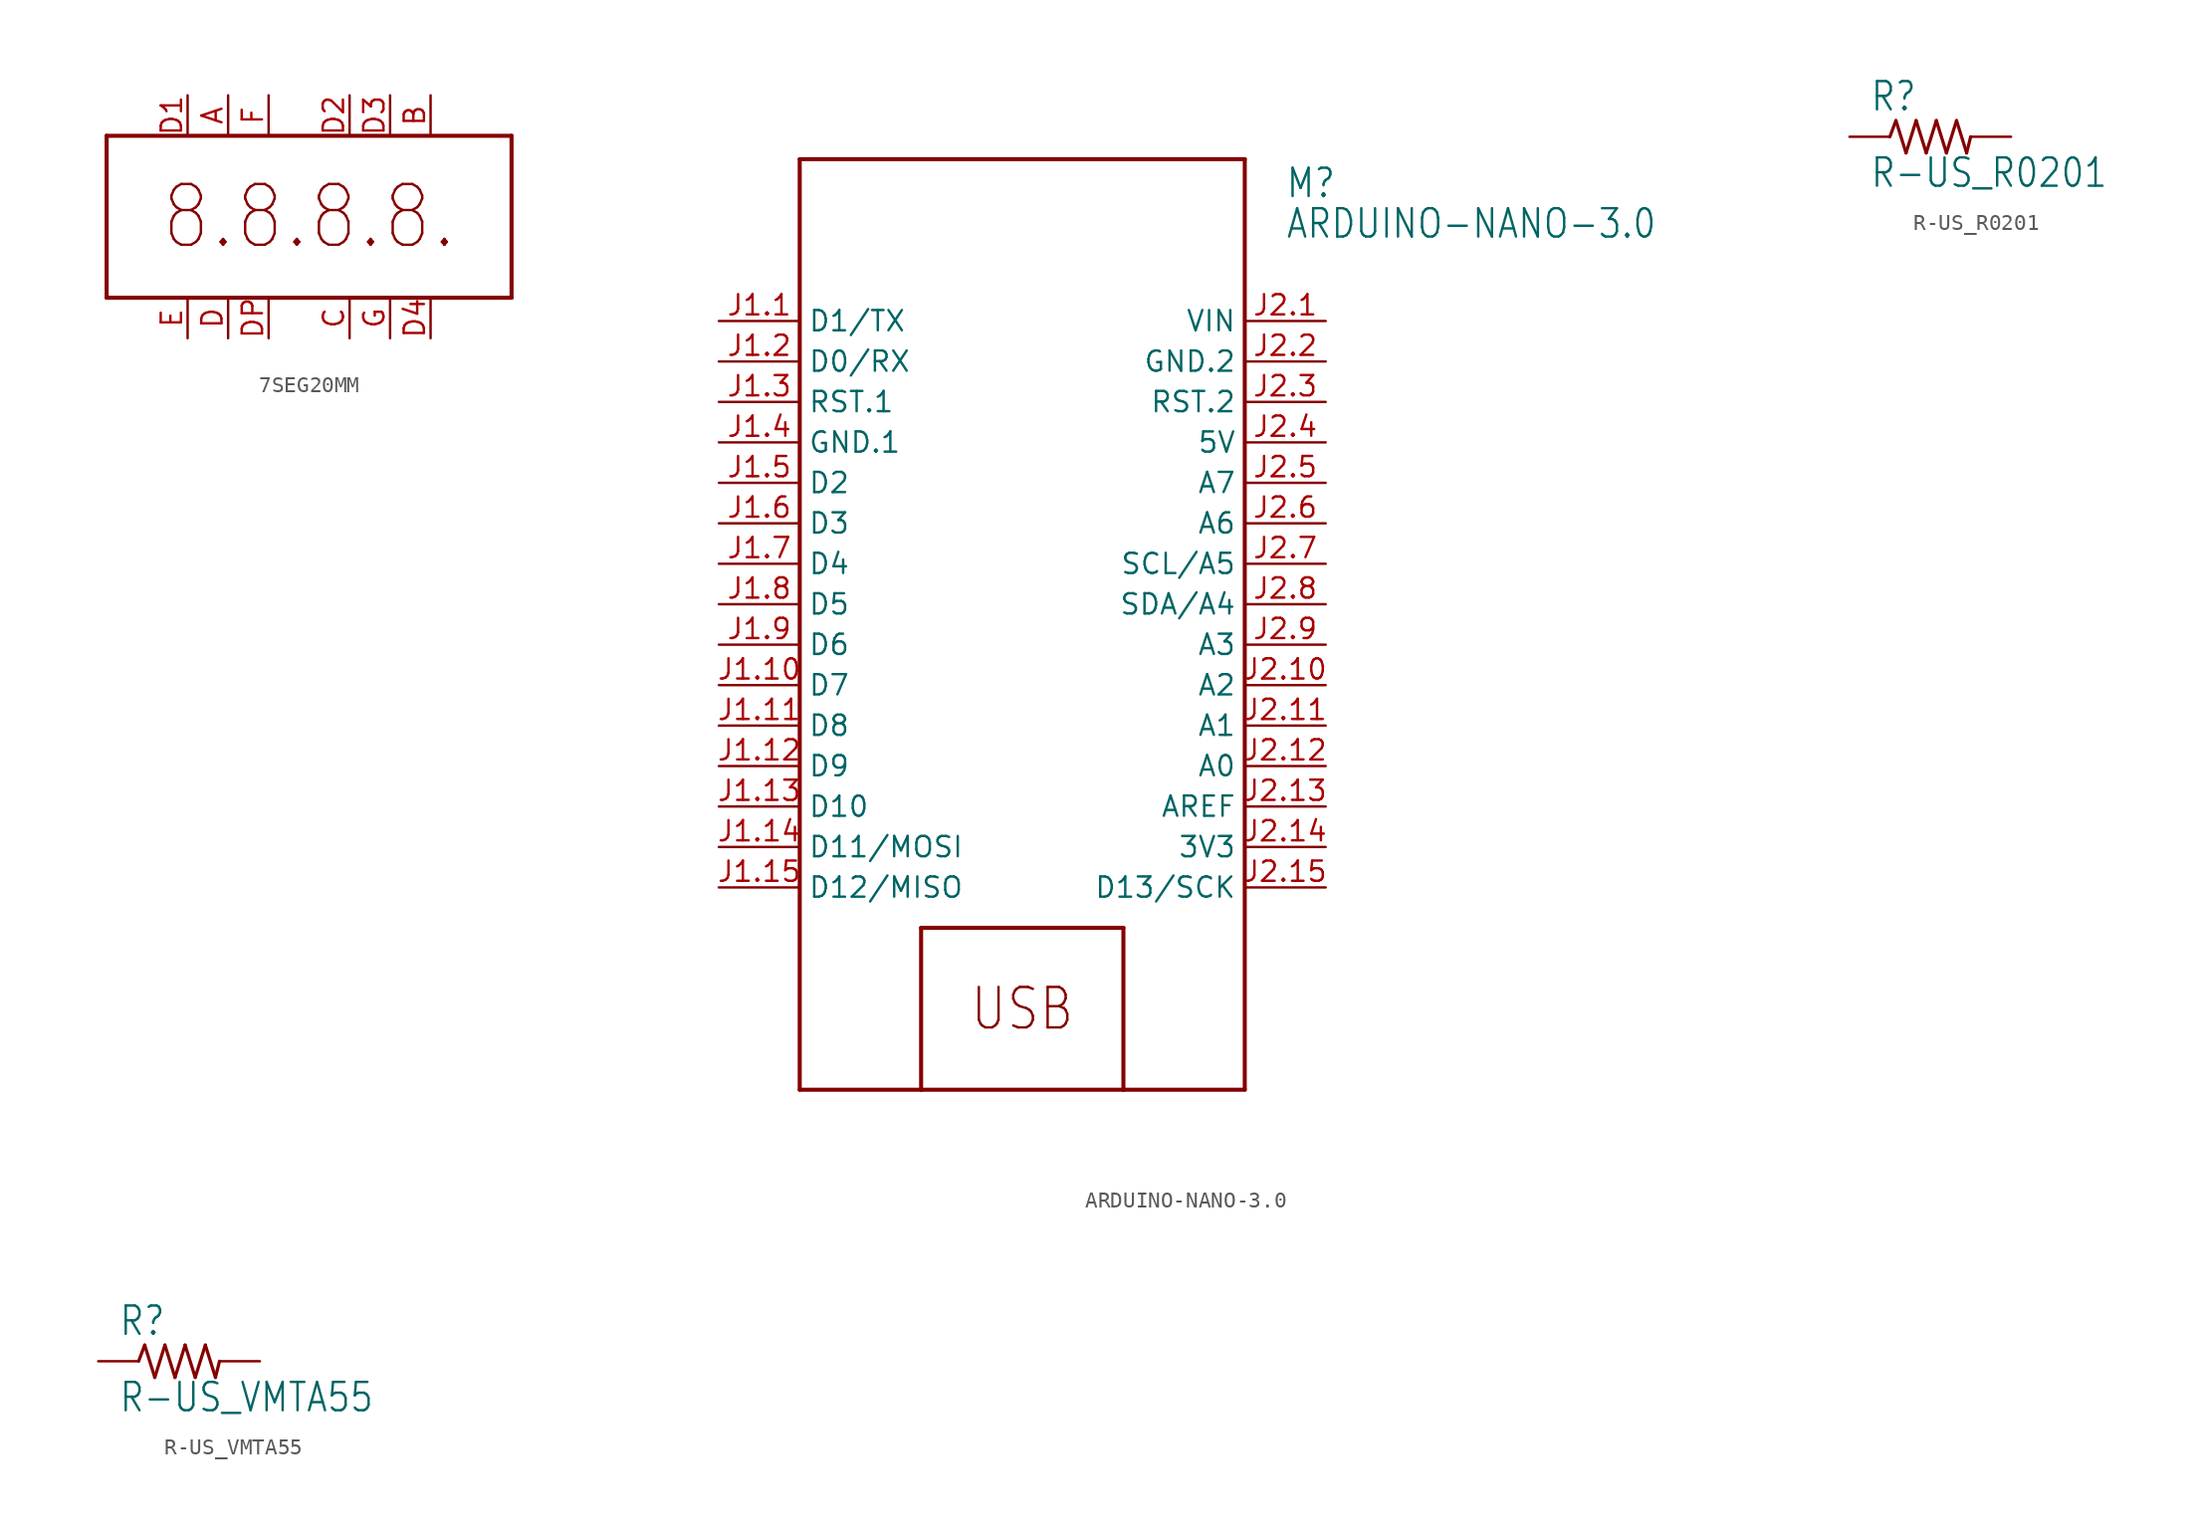
<source format=kicad_sym>
(kicad_symbol_lib
  (version 20211014)
  (generator kicad_symbol_editor)
  (symbol "7SEG20MM"
    (property "Reference" "LED"
      (at 0 0 0)
      (effects (font (size 1.27 1.27)) hide))
    (property "ki_locked" ""
      (at 0 0 0)
      (effects (font (size 1.27 1.27))))
    (symbol "7SEG20MM_1_0"
      (polyline (pts (xy -12.7 -5.08) (xy 12.7 -5.08)) (stroke (width 0.254) (type default) (color 0 0 0 0)) (fill (type none)))
      (polyline (pts (xy -12.7 5.08) (xy -12.7 -5.08)) (stroke (width 0.254) (type default) (color 0 0 0 0)) (fill (type none)))
      (polyline (pts (xy 12.7 -5.08) (xy 12.7 5.08)) (stroke (width 0.254) (type default) (color 0 0 0 0)) (fill (type none)))
      (polyline (pts (xy 12.7 5.08) (xy -12.7 5.08)) (stroke (width 0.254) (type default) (color 0 0 0 0)) (fill (type none)))
      (text "8.8.8.8." (at 0 0 0) (effects (font (size 3.81 3.239))))
      (pin bidirectional line (at -5.08 7.62 270) (length 2.54) (name "A" (effects (font (size 0 0)))) (number "A" (effects (font (size 1.27 1.27)))))
      (pin bidirectional line (at 7.62 7.62 270) (length 2.54) (name "B" (effects (font (size 0 0)))) (number "B" (effects (font (size 1.27 1.27)))))
      (pin bidirectional line (at 2.54 -7.62 90) (length 2.54) (name "C" (effects (font (size 0 0)))) (number "C" (effects (font (size 1.27 1.27)))))
      (pin bidirectional line (at -5.08 -7.62 90) (length 2.54) (name "D" (effects (font (size 0 0)))) (number "D" (effects (font (size 1.27 1.27)))))
      (pin bidirectional line (at -7.62 7.62 270) (length 2.54) (name "D1" (effects (font (size 0 0)))) (number "D1" (effects (font (size 1.27 1.27)))))
      (pin bidirectional line (at 2.54 7.62 270) (length 2.54) (name "D2" (effects (font (size 0 0)))) (number "D2" (effects (font (size 1.27 1.27)))))
      (pin bidirectional line (at 5.08 7.62 270) (length 2.54) (name "D3" (effects (font (size 0 0)))) (number "D3" (effects (font (size 1.27 1.27)))))
      (pin bidirectional line (at 7.62 -7.62 90) (length 2.54) (name "D4" (effects (font (size 0 0)))) (number "D4" (effects (font (size 1.27 1.27)))))
      (pin bidirectional line (at -2.54 -7.62 90) (length 2.54) (name "DP" (effects (font (size 0 0)))) (number "DP" (effects (font (size 1.27 1.27)))))
      (pin bidirectional line (at -7.62 -7.62 90) (length 2.54) (name "E" (effects (font (size 0 0)))) (number "E" (effects (font (size 1.27 1.27)))))
      (pin bidirectional line (at -2.54 7.62 270) (length 2.54) (name "F" (effects (font (size 0 0)))) (number "F" (effects (font (size 1.27 1.27)))))
      (pin bidirectional line (at 5.08 -7.62 90) (length 2.54) (name "G" (effects (font (size 0 0)))) (number "G" (effects (font (size 1.27 1.27)))))))
  (symbol "ARDUINO-NANO-3.0"
    (property "Reference" "M"
      (at 15.24 25.4 0)
      (effects (font (size 1.778 1.511)) (justify left bottom)))
    (property "Value" "ARDUINO-NANO-3.0"
      (at 15.24 22.86 0)
      (effects (font (size 1.778 1.511)) (justify left bottom)))
    (property "ki_locked" ""
      (at 0 0 0)
      (effects (font (size 1.27 1.27))))
    (symbol "ARDUINO-NANO-3.0_1_0"
      (polyline (pts (xy -15.24 -30.48) (xy -15.24 27.94)) (stroke (width 0.254) (type default) (color 0 0 0 0)) (fill (type none)))
      (polyline (pts (xy -15.24 27.94) (xy 12.7 27.94)) (stroke (width 0.254) (type default) (color 0 0 0 0)) (fill (type none)))
      (polyline (pts (xy -7.62 -30.48) (xy -15.24 -30.48)) (stroke (width 0.254) (type default) (color 0 0 0 0)) (fill (type none)))
      (polyline (pts (xy -7.62 -30.48) (xy -7.62 -20.32)) (stroke (width 0.254) (type default) (color 0 0 0 0)) (fill (type none)))
      (polyline (pts (xy -7.62 -20.32) (xy 5.08 -20.32)) (stroke (width 0.254) (type default) (color 0 0 0 0)) (fill (type none)))
      (polyline (pts (xy 5.08 -30.48) (xy -7.62 -30.48)) (stroke (width 0.254) (type default) (color 0 0 0 0)) (fill (type none)))
      (polyline (pts (xy 5.08 -20.32) (xy 5.08 -30.48)) (stroke (width 0.254) (type default) (color 0 0 0 0)) (fill (type none)))
      (polyline (pts (xy 12.7 -30.48) (xy 5.08 -30.48)) (stroke (width 0.254) (type default) (color 0 0 0 0)) (fill (type none)))
      (polyline (pts (xy 12.7 27.94) (xy 12.7 -30.48)) (stroke (width 0.254) (type default) (color 0 0 0 0)) (fill (type none)))
      (text "USB" (at -1.27 -25.4 0) (effects (font (size 2.54 2.159))))
      (pin bidirectional line (at -20.32 17.78 0) (length 5.08) (name "D1/TX" (effects (font (size 1.27 1.27)))) (number "J1.1" (effects (font (size 1.27 1.27)))))
      (pin bidirectional line (at -20.32 -5.08 0) (length 5.08) (name "D7" (effects (font (size 1.27 1.27)))) (number "J1.10" (effects (font (size 1.27 1.27)))))
      (pin bidirectional line (at -20.32 -7.62 0) (length 5.08) (name "D8" (effects (font (size 1.27 1.27)))) (number "J1.11" (effects (font (size 1.27 1.27)))))
      (pin bidirectional line (at -20.32 -10.16 0) (length 5.08) (name "D9" (effects (font (size 1.27 1.27)))) (number "J1.12" (effects (font (size 1.27 1.27)))))
      (pin bidirectional line (at -20.32 -12.7 0) (length 5.08) (name "D10" (effects (font (size 1.27 1.27)))) (number "J1.13" (effects (font (size 1.27 1.27)))))
      (pin bidirectional line (at -20.32 -15.24 0) (length 5.08) (name "D11/MOSI" (effects (font (size 1.27 1.27)))) (number "J1.14" (effects (font (size 1.27 1.27)))))
      (pin bidirectional line (at -20.32 -17.78 0) (length 5.08) (name "D12/MISO" (effects (font (size 1.27 1.27)))) (number "J1.15" (effects (font (size 1.27 1.27)))))
      (pin bidirectional line (at -20.32 15.24 0) (length 5.08) (name "D0/RX" (effects (font (size 1.27 1.27)))) (number "J1.2" (effects (font (size 1.27 1.27)))))
      (pin bidirectional line (at -20.32 12.7 0) (length 5.08) (name "RST.1" (effects (font (size 1.27 1.27)))) (number "J1.3" (effects (font (size 1.27 1.27)))))
      (pin power_in line (at -20.32 10.16 0) (length 5.08) (name "GND.1" (effects (font (size 1.27 1.27)))) (number "J1.4" (effects (font (size 1.27 1.27)))))
      (pin bidirectional line (at -20.32 7.62 0) (length 5.08) (name "D2" (effects (font (size 1.27 1.27)))) (number "J1.5" (effects (font (size 1.27 1.27)))))
      (pin bidirectional line (at -20.32 5.08 0) (length 5.08) (name "D3" (effects (font (size 1.27 1.27)))) (number "J1.6" (effects (font (size 1.27 1.27)))))
      (pin bidirectional line (at -20.32 2.54 0) (length 5.08) (name "D4" (effects (font (size 1.27 1.27)))) (number "J1.7" (effects (font (size 1.27 1.27)))))
      (pin bidirectional line (at -20.32 0 0) (length 5.08) (name "D5" (effects (font (size 1.27 1.27)))) (number "J1.8" (effects (font (size 1.27 1.27)))))
      (pin bidirectional line (at -20.32 -2.54 0) (length 5.08) (name "D6" (effects (font (size 1.27 1.27)))) (number "J1.9" (effects (font (size 1.27 1.27)))))
      (pin power_in line (at 17.78 17.78 180) (length 5.08) (name "VIN" (effects (font (size 1.27 1.27)))) (number "J2.1" (effects (font (size 1.27 1.27)))))
      (pin bidirectional line (at 17.78 -5.08 180) (length 5.08) (name "A2" (effects (font (size 1.27 1.27)))) (number "J2.10" (effects (font (size 1.27 1.27)))))
      (pin bidirectional line (at 17.78 -7.62 180) (length 5.08) (name "A1" (effects (font (size 1.27 1.27)))) (number "J2.11" (effects (font (size 1.27 1.27)))))
      (pin bidirectional line (at 17.78 -10.16 180) (length 5.08) (name "A0" (effects (font (size 1.27 1.27)))) (number "J2.12" (effects (font (size 1.27 1.27)))))
      (pin bidirectional line (at 17.78 -12.7 180) (length 5.08) (name "AREF" (effects (font (size 1.27 1.27)))) (number "J2.13" (effects (font (size 1.27 1.27)))))
      (pin power_in line (at 17.78 -15.24 180) (length 5.08) (name "3V3" (effects (font (size 1.27 1.27)))) (number "J2.14" (effects (font (size 1.27 1.27)))))
      (pin bidirectional line (at 17.78 -17.78 180) (length 5.08) (name "D13/SCK" (effects (font (size 1.27 1.27)))) (number "J2.15" (effects (font (size 1.27 1.27)))))
      (pin power_in line (at 17.78 15.24 180) (length 5.08) (name "GND.2" (effects (font (size 1.27 1.27)))) (number "J2.2" (effects (font (size 1.27 1.27)))))
      (pin bidirectional line (at 17.78 12.7 180) (length 5.08) (name "RST.2" (effects (font (size 1.27 1.27)))) (number "J2.3" (effects (font (size 1.27 1.27)))))
      (pin power_in line (at 17.78 10.16 180) (length 5.08) (name "5V" (effects (font (size 1.27 1.27)))) (number "J2.4" (effects (font (size 1.27 1.27)))))
      (pin bidirectional line (at 17.78 7.62 180) (length 5.08) (name "A7" (effects (font (size 1.27 1.27)))) (number "J2.5" (effects (font (size 1.27 1.27)))))
      (pin bidirectional line (at 17.78 5.08 180) (length 5.08) (name "A6" (effects (font (size 1.27 1.27)))) (number "J2.6" (effects (font (size 1.27 1.27)))))
      (pin bidirectional line (at 17.78 2.54 180) (length 5.08) (name "SCL/A5" (effects (font (size 1.27 1.27)))) (number "J2.7" (effects (font (size 1.27 1.27)))))
      (pin bidirectional line (at 17.78 0 180) (length 5.08) (name "SDA/A4" (effects (font (size 1.27 1.27)))) (number "J2.8" (effects (font (size 1.27 1.27)))))
      (pin bidirectional line (at 17.78 -2.54 180) (length 5.08) (name "A3" (effects (font (size 1.27 1.27)))) (number "J2.9" (effects (font (size 1.27 1.27)))))))
  (symbol "R-US_R0201"
    (property "Reference" "R"
      (at -3.81 1.499 0)
      (effects (font (size 1.778 1.511)) (justify left bottom)))
    (property "Value" "R-US_R0201"
      (at -3.81 -3.302 0)
      (effects (font (size 1.778 1.511)) (justify left bottom)))
    (property "ki_locked" ""
      (at 0 0 0)
      (effects (font (size 1.27 1.27))))
    (symbol "R-US_R0201_1_0"
      (polyline (pts (xy -2.54 0) (xy -2.159 1.016)) (stroke (width 0.203) (type default) (color 0 0 0 0)) (fill (type none)))
      (polyline (pts (xy -2.159 1.016) (xy -1.524 -1.016)) (stroke (width 0.203) (type default) (color 0 0 0 0)) (fill (type none)))
      (polyline (pts (xy -1.524 -1.016) (xy -0.889 1.016)) (stroke (width 0.203) (type default) (color 0 0 0 0)) (fill (type none)))
      (polyline (pts (xy -0.889 1.016) (xy -0.254 -1.016)) (stroke (width 0.203) (type default) (color 0 0 0 0)) (fill (type none)))
      (polyline (pts (xy -0.254 -1.016) (xy 0.381 1.016)) (stroke (width 0.203) (type default) (color 0 0 0 0)) (fill (type none)))
      (polyline (pts (xy 0.381 1.016) (xy 1.016 -1.016)) (stroke (width 0.203) (type default) (color 0 0 0 0)) (fill (type none)))
      (polyline (pts (xy 1.016 -1.016) (xy 1.651 1.016)) (stroke (width 0.203) (type default) (color 0 0 0 0)) (fill (type none)))
      (polyline (pts (xy 1.651 1.016) (xy 2.286 -1.016)) (stroke (width 0.203) (type default) (color 0 0 0 0)) (fill (type none)))
      (polyline (pts (xy 2.286 -1.016) (xy 2.54 0)) (stroke (width 0.203) (type default) (color 0 0 0 0)) (fill (type none)))
      (pin passive line (at -5.08 0 0) (length 2.54) (name "1" (effects (font (size 0 0)))) (number "1" (effects (font (size 0 0)))))
      (pin passive line (at 5.08 0 180) (length 2.54) (name "2" (effects (font (size 0 0)))) (number "2" (effects (font (size 0 0)))))))
  (symbol "R-US_VMTA55"
    (property "Reference" "R"
      (at -3.81 1.499 0)
      (effects (font (size 1.778 1.511)) (justify left bottom)))
    (property "Value" "R-US_VMTA55"
      (at -3.81 -3.302 0)
      (effects (font (size 1.778 1.511)) (justify left bottom)))
    (property "ki_locked" ""
      (at 0 0 0)
      (effects (font (size 1.27 1.27))))
    (symbol "R-US_VMTA55_1_0"
      (polyline (pts (xy -2.54 0) (xy -2.159 1.016)) (stroke (width 0.203) (type default) (color 0 0 0 0)) (fill (type none)))
      (polyline (pts (xy -2.159 1.016) (xy -1.524 -1.016)) (stroke (width 0.203) (type default) (color 0 0 0 0)) (fill (type none)))
      (polyline (pts (xy -1.524 -1.016) (xy -0.889 1.016)) (stroke (width 0.203) (type default) (color 0 0 0 0)) (fill (type none)))
      (polyline (pts (xy -0.889 1.016) (xy -0.254 -1.016)) (stroke (width 0.203) (type default) (color 0 0 0 0)) (fill (type none)))
      (polyline (pts (xy -0.254 -1.016) (xy 0.381 1.016)) (stroke (width 0.203) (type default) (color 0 0 0 0)) (fill (type none)))
      (polyline (pts (xy 0.381 1.016) (xy 1.016 -1.016)) (stroke (width 0.203) (type default) (color 0 0 0 0)) (fill (type none)))
      (polyline (pts (xy 1.016 -1.016) (xy 1.651 1.016)) (stroke (width 0.203) (type default) (color 0 0 0 0)) (fill (type none)))
      (polyline (pts (xy 1.651 1.016) (xy 2.286 -1.016)) (stroke (width 0.203) (type default) (color 0 0 0 0)) (fill (type none)))
      (polyline (pts (xy 2.286 -1.016) (xy 2.54 0)) (stroke (width 0.203) (type default) (color 0 0 0 0)) (fill (type none)))
      (pin passive line (at -5.08 0 0) (length 2.54) (name "1" (effects (font (size 0 0)))) (number "1" (effects (font (size 0 0)))))
      (pin passive line (at 5.08 0 180) (length 2.54) (name "2" (effects (font (size 0 0)))) (number "2" (effects (font (size 0 0))))))))
</source>
